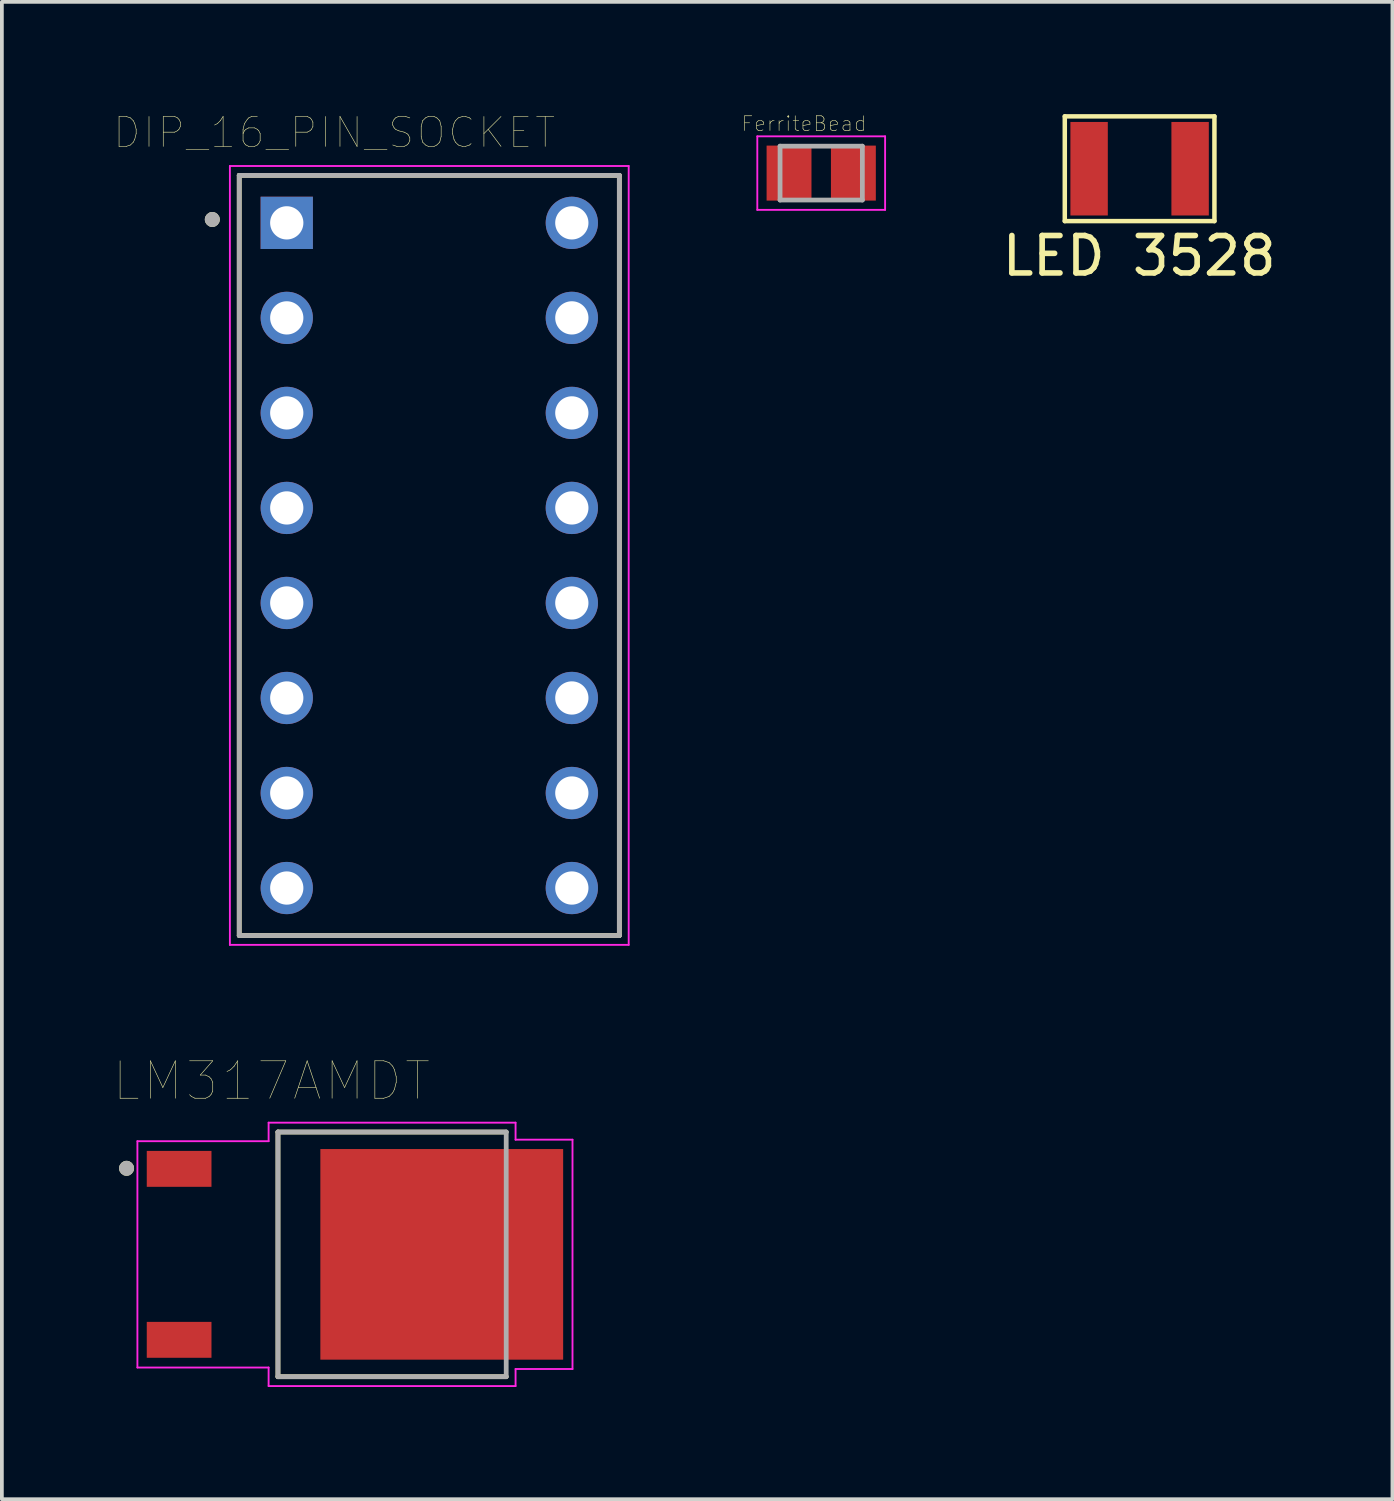
<source format=kicad_pcb>
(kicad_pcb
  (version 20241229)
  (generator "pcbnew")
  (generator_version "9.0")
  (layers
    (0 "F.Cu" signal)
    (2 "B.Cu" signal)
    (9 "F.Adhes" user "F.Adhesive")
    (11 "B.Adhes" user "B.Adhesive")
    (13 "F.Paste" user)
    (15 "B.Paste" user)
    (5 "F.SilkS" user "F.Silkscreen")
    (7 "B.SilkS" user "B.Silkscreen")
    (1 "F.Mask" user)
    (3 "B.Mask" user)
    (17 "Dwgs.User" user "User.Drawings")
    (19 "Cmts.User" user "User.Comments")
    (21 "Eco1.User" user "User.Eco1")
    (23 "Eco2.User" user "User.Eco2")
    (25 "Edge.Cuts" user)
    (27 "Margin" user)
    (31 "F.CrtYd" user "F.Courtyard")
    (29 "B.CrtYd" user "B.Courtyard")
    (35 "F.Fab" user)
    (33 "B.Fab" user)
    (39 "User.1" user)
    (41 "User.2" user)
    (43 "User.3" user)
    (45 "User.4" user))
  (footprint "LM317AMDT"
    (layer "F.Cu")
    (at 6.438 30.479)
    (property "Reference" "LM317AMDT" (at -2.23 -4.635 0) (layer "F.SilkS") (effects (font (size 1 1) (thickness 0.015))))
    (attr through_hole)
    (fp_line (start -2.058 -3.27) (end -2.058 3.27) (stroke (width 0.127) (type solid)) (layer "F.SilkS"))
    (fp_line (start -2.058 3.27) (end 4.043 3.27) (stroke (width 0.127) (type solid)) (layer "F.SilkS"))
    (fp_line (start 4.043 -3.27) (end -2.058 -3.27) (stroke (width 0.127) (type solid)) (layer "F.SilkS"))
    (fp_circle (center -6.105 -2.3) (end -6.005 -2.3) (stroke (width 0.2) (type solid)) (fill no) (layer "F.SilkS"))
    (fp_poly (pts (xy -0.565 -2.265) (xy 0.865 -2.265) (xy 0.865 -0.555) (xy -0.565 -0.555)) (stroke (width 0.01) (type solid)) (fill yes) (layer "F.Paste"))
    (fp_poly (pts (xy -0.565 0.555) (xy 0.865 0.555) (xy 0.865 2.265) (xy -0.565 2.265)) (stroke (width 0.01) (type solid)) (fill yes) (layer "F.Paste"))
    (fp_poly (pts (xy 1.605 -2.265) (xy 3.035 -2.265) (xy 3.035 -0.555) (xy 1.605 -0.555)) (stroke (width 0.01) (type solid)) (fill yes) (layer "F.Paste"))
    (fp_poly (pts (xy 1.605 0.555) (xy 3.035 0.555) (xy 3.035 2.265) (xy 1.605 2.265)) (stroke (width 0.01) (type solid)) (fill yes) (layer "F.Paste"))
    (fp_poly (pts (xy 3.775 -2.265) (xy 5.205 -2.265) (xy 5.205 -0.555) (xy 3.775 -0.555)) (stroke (width 0.01) (type solid)) (fill yes) (layer "F.Paste"))
    (fp_poly (pts (xy 3.775 0.555) (xy 5.205 0.555) (xy 5.205 2.265) (xy 3.775 2.265)) (stroke (width 0.01) (type solid)) (fill yes) (layer "F.Paste"))
    (fp_line (start -5.815 -3.025) (end -5.815 3.025) (stroke (width 0.05) (type solid)) (layer "F.CrtYd"))
    (fp_line (start -5.815 3.025) (end -2.308 3.025) (stroke (width 0.05) (type solid)) (layer "F.CrtYd"))
    (fp_line (start -2.308 -3.52) (end -2.308 -3.025) (stroke (width 0.05) (type solid)) (layer "F.CrtYd"))
    (fp_line (start -2.308 -3.025) (end -5.815 -3.025) (stroke (width 0.05) (type solid)) (layer "F.CrtYd"))
    (fp_line (start -2.308 3.025) (end -2.308 3.52) (stroke (width 0.05) (type solid)) (layer "F.CrtYd"))
    (fp_line (start -2.308 3.52) (end 4.293 3.52) (stroke (width 0.05) (type solid)) (layer "F.CrtYd"))
    (fp_line (start 4.293 -3.52) (end -2.308 -3.52) (stroke (width 0.05) (type solid)) (layer "F.CrtYd"))
    (fp_line (start 4.293 -3.065) (end 4.293 -3.52) (stroke (width 0.05) (type solid)) (layer "F.CrtYd"))
    (fp_line (start 4.293 3.065) (end 5.815 3.065) (stroke (width 0.05) (type solid)) (layer "F.CrtYd"))
    (fp_line (start 4.293 3.52) (end 4.293 3.065) (stroke (width 0.05) (type solid)) (layer "F.CrtYd"))
    (fp_line (start 5.815 -3.065) (end 4.293 -3.065) (stroke (width 0.05) (type solid)) (layer "F.CrtYd"))
    (fp_line (start 5.815 3.065) (end 5.815 -3.065) (stroke (width 0.05) (type solid)) (layer "F.CrtYd"))
    (fp_line (start -2.058 -3.27) (end -2.058 3.27) (stroke (width 0.127) (type solid)) (layer "F.Fab"))
    (fp_line (start -2.058 3.27) (end 4.043 3.27) (stroke (width 0.127) (type solid)) (layer "F.Fab"))
    (fp_line (start 4.043 -3.27) (end -2.058 -3.27) (stroke (width 0.127) (type solid)) (layer "F.Fab"))
    (fp_line (start 4.043 3.27) (end 4.043 -3.27) (stroke (width 0.127) (type solid)) (layer "F.Fab"))
    (fp_circle (center -6.105 -2.3) (end -6.005 -2.3) (stroke (width 0.2) (type solid)) (fill no) (layer "F.Fab"))
    (pad "1" smd rect (at -4.7 -2.285) (size 1.73 0.96) (layers "F.Cu" "F.Mask" "F.Paste"))
    (pad "2" smd rect (at 2.32 0) (size 6.49 5.63) (layers "F.Cu" "F.Mask"))
    (pad "3" smd rect (at -4.7 2.285) (size 1.73 0.96) (layers "F.Cu" "F.Mask" "F.Paste")))
  (footprint "LED 3528"
    (layer "F.Cu")
    (at 27.412 1.46)
    (property "Reference" "LED 3528" (at -0.01 2.33 0) (layer "F.SilkS") (effects (font (size 1 1) (thickness 0.15))))
    (attr through_hole)
    (fp_line (start -2 -1.4) (end 2 -1.4) (stroke (width 0.12) (type solid)) (layer "F.SilkS"))
    (fp_line (start -2 1.4) (end -2 -1.4) (stroke (width 0.12) (type solid)) (layer "F.SilkS"))
    (fp_line (start 2 -1.4) (end 2 1.4) (stroke (width 0.12) (type solid)) (layer "F.SilkS"))
    (fp_line (start 2 1.4) (end -2 1.4) (stroke (width 0.12) (type solid)) (layer "F.SilkS"))
    (pad "1" smd rect (at -1.35 0) (size 1 2.5) (layers "F.Cu" "F.Mask" "F.Paste"))
    (pad "2" smd rect (at 1.35 0) (size 1 2.5) (layers "F.Cu" "F.Mask" "F.Paste")))
  (footprint "DIP_16_PIN_SOCKET"
    (layer "F.Cu")
    (at 8.425 11.797)
    (property "Reference" "DIP_16_PIN_SOCKET" (at -2.54 -11.303 0) (layer "F.SilkS") (effects (font (size 0.8 0.8) (thickness 0.015))))
    (attr through_hole)
    (fp_line (start -5.08 -10.16) (end 5.08 -10.16) (stroke (width 0.127) (type solid)) (layer "F.SilkS"))
    (fp_line (start -5.08 10.16) (end -5.08 -10.16) (stroke (width 0.127) (type solid)) (layer "F.SilkS"))
    (fp_line (start 5.08 -10.16) (end 5.08 10.16) (stroke (width 0.127) (type solid)) (layer "F.SilkS"))
    (fp_line (start 5.08 10.16) (end -5.08 10.16) (stroke (width 0.127) (type solid)) (layer "F.SilkS"))
    (fp_circle (center -5.8 -8.98) (end -5.7 -8.98) (stroke (width 0.2) (type solid)) (fill no) (layer "F.SilkS"))
    (fp_line (start -5.33 -10.41) (end 5.33 -10.41) (stroke (width 0.05) (type solid)) (layer "F.CrtYd"))
    (fp_line (start -5.33 10.41) (end -5.33 -10.41) (stroke (width 0.05) (type solid)) (layer "F.CrtYd"))
    (fp_line (start 5.33 -10.41) (end 5.33 10.41) (stroke (width 0.05) (type solid)) (layer "F.CrtYd"))
    (fp_line (start 5.33 10.41) (end -5.33 10.41) (stroke (width 0.05) (type solid)) (layer "F.CrtYd"))
    (fp_line (start -5.08 -10.16) (end 5.08 -10.16) (stroke (width 0.127) (type solid)) (layer "F.Fab"))
    (fp_line (start -5.08 10.16) (end -5.08 -10.16) (stroke (width 0.127) (type solid)) (layer "F.Fab"))
    (fp_line (start 5.08 -10.16) (end 5.08 10.16) (stroke (width 0.127) (type solid)) (layer "F.Fab"))
    (fp_line (start 5.08 10.16) (end -5.08 10.16) (stroke (width 0.127) (type solid)) (layer "F.Fab"))
    (fp_circle (center -5.8 -8.98) (end -5.7 -8.98) (stroke (width 0.2) (type solid)) (fill no) (layer "F.Fab"))
    (pad "1" thru_hole rect (at -3.81 -8.89) (size 1.397 1.397) (drill 0.889) (layers "*.Cu" "*.Mask"))
    (pad "2" thru_hole circle (at -3.81 -6.35) (size 1.397 1.397) (drill 0.889) (layers "*.Cu" "*.Mask"))
    (pad "3" thru_hole circle (at -3.81 -3.81) (size 1.397 1.397) (drill 0.889) (layers "*.Cu" "*.Mask"))
    (pad "4" thru_hole circle (at -3.81 -1.27) (size 1.397 1.397) (drill 0.889) (layers "*.Cu" "*.Mask"))
    (pad "5" thru_hole circle (at -3.81 1.27) (size 1.397 1.397) (drill 0.889) (layers "*.Cu" "*.Mask"))
    (pad "6" thru_hole circle (at -3.81 3.81) (size 1.397 1.397) (drill 0.889) (layers "*.Cu" "*.Mask"))
    (pad "7" thru_hole circle (at -3.81 6.35) (size 1.397 1.397) (drill 0.889) (layers "*.Cu" "*.Mask"))
    (pad "8" thru_hole circle (at -3.81 8.89) (size 1.397 1.397) (drill 0.889) (layers "*.Cu" "*.Mask"))
    (pad "9" thru_hole circle (at 3.81 8.89) (size 1.397 1.397) (drill 0.889) (layers "*.Cu" "*.Mask"))
    (pad "10" thru_hole circle (at 3.81 6.35) (size 1.397 1.397) (drill 0.889) (layers "*.Cu" "*.Mask"))
    (pad "11" thru_hole circle (at 3.81 3.81) (size 1.397 1.397) (drill 0.889) (layers "*.Cu" "*.Mask"))
    (pad "12" thru_hole circle (at 3.81 1.27) (size 1.397 1.397) (drill 0.889) (layers "*.Cu" "*.Mask"))
    (pad "13" thru_hole circle (at 3.81 -1.27) (size 1.397 1.397) (drill 0.889) (layers "*.Cu" "*.Mask"))
    (pad "14" thru_hole circle (at 3.81 -3.81) (size 1.397 1.397) (drill 0.889) (layers "*.Cu" "*.Mask"))
    (pad "15" thru_hole circle (at 3.81 -6.35) (size 1.397 1.397) (drill 0.889) (layers "*.Cu" "*.Mask"))
    (pad "16" thru_hole circle (at 3.81 -8.89) (size 1.397 1.397) (drill 0.889) (layers "*.Cu" "*.Mask")))
  (footprint "FerriteBead"
    (layer "F.Cu")
    (at 18.901 1.577)
    (property "Reference" "FerriteBead" (at -0.46 -1.32 0) (layer "F.SilkS") (effects (font (size 0.394 0.394) (thickness 0.015))))
    (attr through_hole)
    (fp_line (start -1.708 -0.983) (end 1.708 -0.983) (stroke (width 0.05) (type solid)) (layer "F.CrtYd"))
    (fp_line (start -1.708 0.983) (end -1.708 -0.983) (stroke (width 0.05) (type solid)) (layer "F.CrtYd"))
    (fp_line (start -1.708 0.983) (end 1.708 0.983) (stroke (width 0.05) (type solid)) (layer "F.CrtYd"))
    (fp_line (start 1.708 0.983) (end 1.708 -0.983) (stroke (width 0.05) (type solid)) (layer "F.CrtYd"))
    (fp_line (start -1.1 0.72) (end -1.1 -0.72) (stroke (width 0.127) (type solid)) (layer "F.Fab"))
    (fp_line (start 1.1 -0.72) (end -1.1 -0.72) (stroke (width 0.127) (type solid)) (layer "F.Fab"))
    (fp_line (start 1.1 0.72) (end -1.1 0.72) (stroke (width 0.127) (type solid)) (layer "F.Fab"))
    (fp_line (start 1.1 0.72) (end 1.1 -0.72) (stroke (width 0.127) (type solid)) (layer "F.Fab"))
    (pad "1" smd rect (at -0.86 0) (size 1.2 1.47) (layers "F.Cu" "F.Mask" "F.Paste"))
    (pad "2" smd rect (at 0.86 0) (size 1.2 1.47) (layers "F.Cu" "F.Mask" "F.Paste")))
  (gr_rect
    (start -3 -3)
    (end 34.17 37.024)
    (stroke (width 0.1) (type default))
    (fill no)
    (layer "Edge.Cuts")))
</source>
